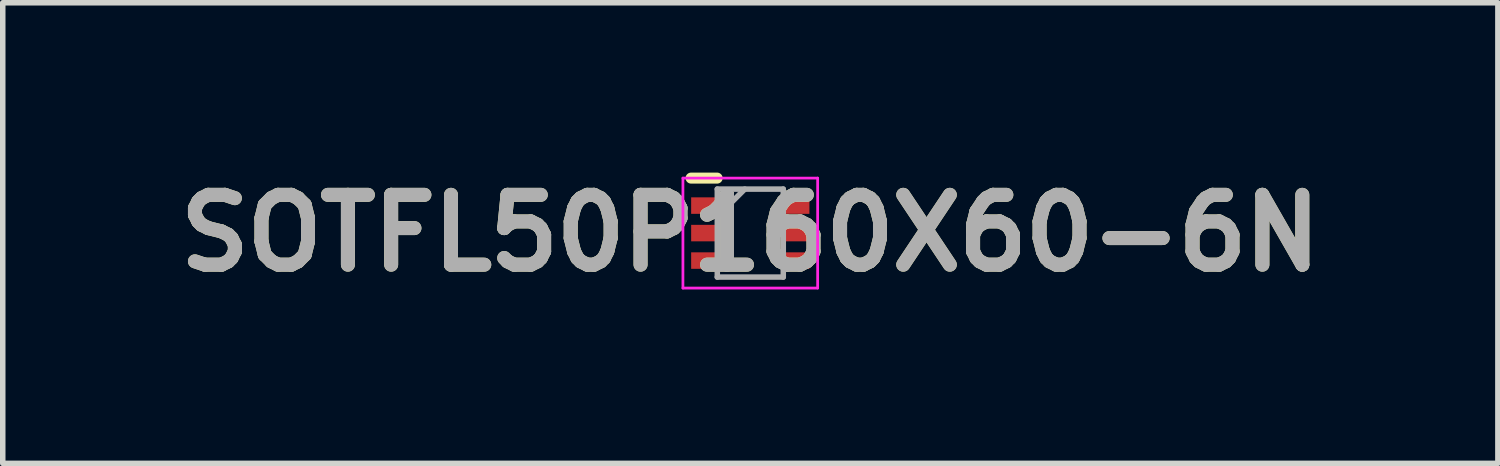
<source format=kicad_pcb>
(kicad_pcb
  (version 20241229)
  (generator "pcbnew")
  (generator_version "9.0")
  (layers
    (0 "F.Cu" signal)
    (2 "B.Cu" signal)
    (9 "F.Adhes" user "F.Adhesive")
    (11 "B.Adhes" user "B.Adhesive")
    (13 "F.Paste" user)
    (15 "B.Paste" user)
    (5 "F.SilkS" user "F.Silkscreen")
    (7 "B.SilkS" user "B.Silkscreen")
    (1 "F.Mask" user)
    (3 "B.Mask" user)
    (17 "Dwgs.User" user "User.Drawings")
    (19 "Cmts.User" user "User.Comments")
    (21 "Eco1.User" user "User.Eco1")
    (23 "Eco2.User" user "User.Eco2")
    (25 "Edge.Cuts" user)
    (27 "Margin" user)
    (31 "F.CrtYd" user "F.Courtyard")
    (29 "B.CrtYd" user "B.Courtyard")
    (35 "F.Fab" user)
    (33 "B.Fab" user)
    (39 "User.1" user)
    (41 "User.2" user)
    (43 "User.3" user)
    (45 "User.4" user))
  (footprint "SOTFL50P160X60-6N"
    (layer "F.Cu")
    (at 10.595 1.189)
    (property "Reference" "SOTFL50P160X60-6N" (at 0 0 0) (layer "F.SilkS") (effects (font (size 1.27 1.27) (thickness 0.254))))
    (attr smd)
    (fp_line (start -1.077 -1) (end -0.603 -1) (stroke (width 0.2) (type solid)) (layer "F.SilkS"))
    (fp_line (start -1.225 -1) (end 1.225 -1) (stroke (width 0.05) (type solid)) (layer "F.CrtYd"))
    (fp_line (start -1.225 1) (end -1.225 -1) (stroke (width 0.05) (type solid)) (layer "F.CrtYd"))
    (fp_line (start 1.225 -1) (end 1.225 1) (stroke (width 0.05) (type solid)) (layer "F.CrtYd"))
    (fp_line (start 1.225 1) (end -1.225 1) (stroke (width 0.05) (type solid)) (layer "F.CrtYd"))
    (fp_line (start -0.6 -0.8) (end 0.6 -0.8) (stroke (width 0.1) (type solid)) (layer "F.Fab"))
    (fp_line (start -0.6 -0.3) (end -0.1 -0.8) (stroke (width 0.1) (type solid)) (layer "F.Fab"))
    (fp_line (start -0.6 0.8) (end -0.6 -0.8) (stroke (width 0.1) (type solid)) (layer "F.Fab"))
    (fp_line (start 0.6 -0.8) (end 0.6 0.8) (stroke (width 0.1) (type solid)) (layer "F.Fab"))
    (fp_line (start 0.6 0.8) (end -0.6 0.8) (stroke (width 0.1) (type solid)) (layer "F.Fab"))
    (fp_text user "${REFERENCE}" (at 0 0 0) (layer "F.Fab") (effects (font (size 1.27 1.27) (thickness 0.254))))
    (pad "1" smd rect (at -0.838 -0.5 90) (size 0.3 0.475) (layers "F.Cu" "F.Mask" "F.Paste"))
    (pad "2" smd rect (at -0.838 0 90) (size 0.3 0.475) (layers "F.Cu" "F.Mask" "F.Paste"))
    (pad "3" smd rect (at -0.838 0.5 90) (size 0.3 0.475) (layers "F.Cu" "F.Mask" "F.Paste"))
    (pad "4" smd rect (at 0.838 0.5 90) (size 0.3 0.475) (layers "F.Cu" "F.Mask" "F.Paste"))
    (pad "5" smd rect (at 0.838 0 90) (size 0.3 0.475) (layers "F.Cu" "F.Mask" "F.Paste"))
    (pad "6" smd rect (at 0.838 -0.5 90) (size 0.3 0.475) (layers "F.Cu" "F.Mask" "F.Paste"))
    (zone (net_name "") (layer "F.Cu") (hatch edge 0.5) (connect_pads) (min_thickness 0.25) (filled_areas_thickness no) (keepout (tracks allowed) (vias allowed) (pads allowed) (copperpour not_allowed) (footprints allowed)) (placement (enabled no)) (fill) (polygon (pts (xy 9.374 0.197) (xy 11.818 0.189) (xy 11.819 2.191) (xy 9.368 2.186) (xy 9.374 0.197)))))
  (gr_rect
    (start -3 -3)
    (end 24.191 5.377)
    (stroke (width 0.1) (type default))
    (fill no)
    (layer "Edge.Cuts")))
</source>
